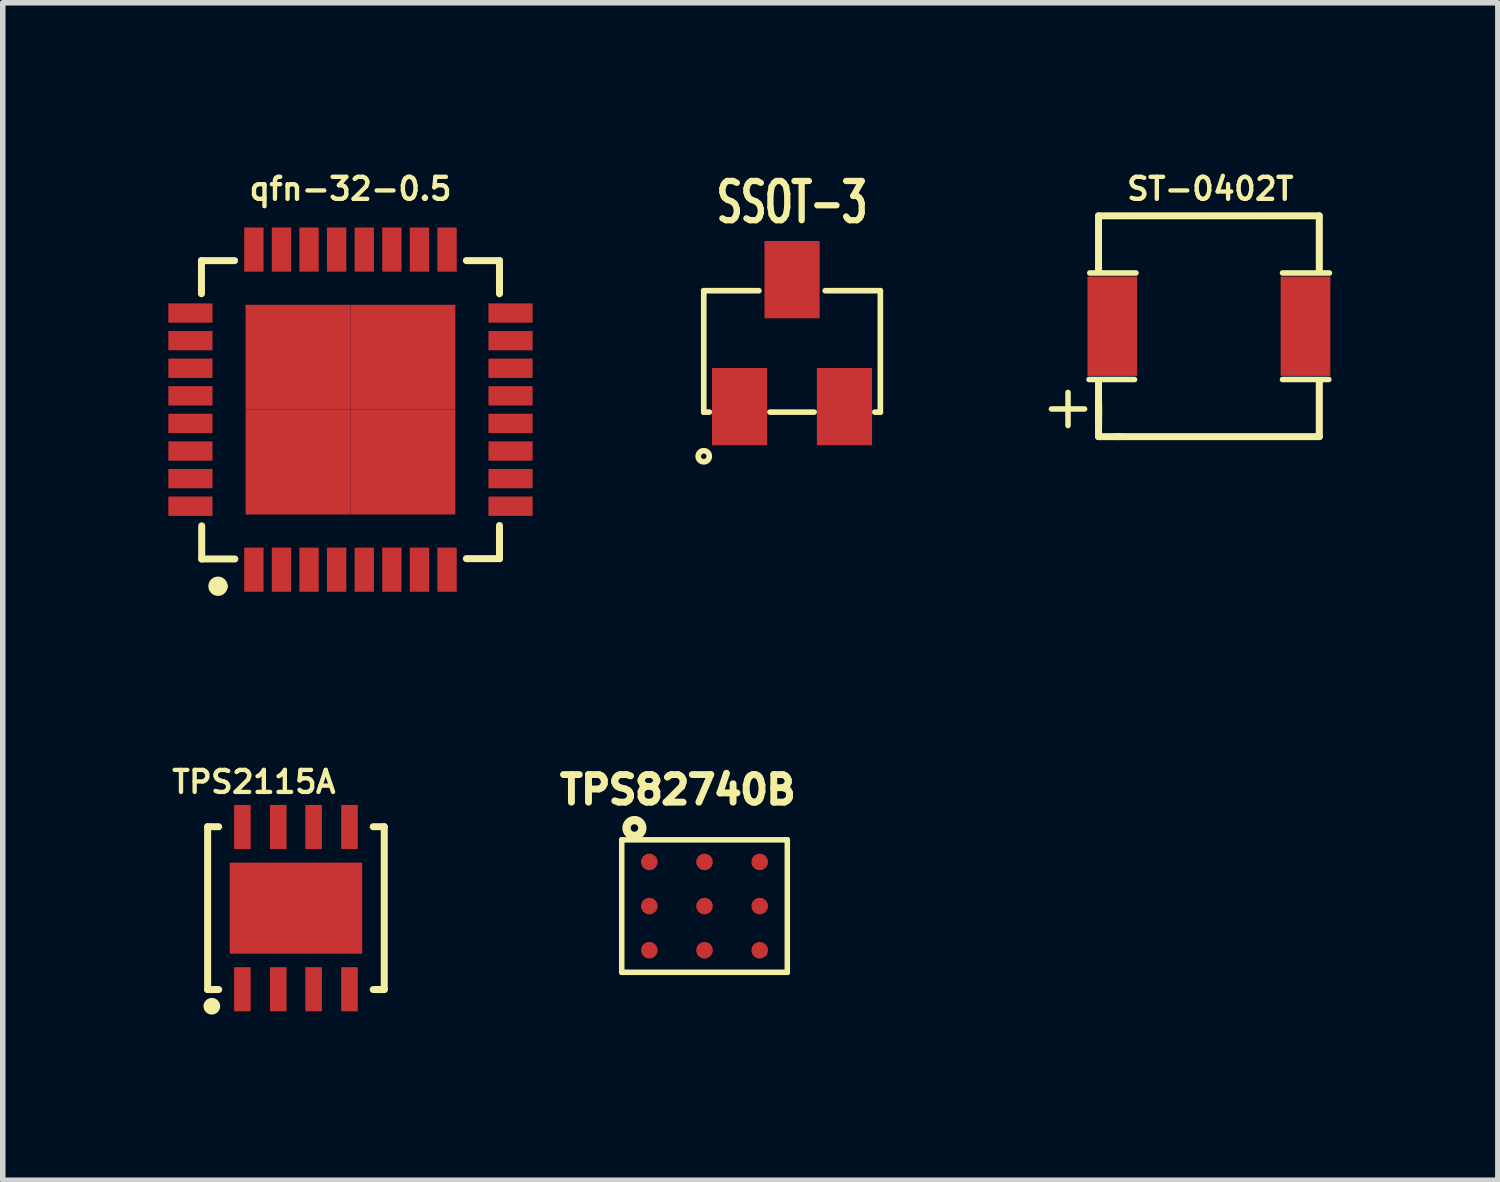
<source format=kicad_pcb>
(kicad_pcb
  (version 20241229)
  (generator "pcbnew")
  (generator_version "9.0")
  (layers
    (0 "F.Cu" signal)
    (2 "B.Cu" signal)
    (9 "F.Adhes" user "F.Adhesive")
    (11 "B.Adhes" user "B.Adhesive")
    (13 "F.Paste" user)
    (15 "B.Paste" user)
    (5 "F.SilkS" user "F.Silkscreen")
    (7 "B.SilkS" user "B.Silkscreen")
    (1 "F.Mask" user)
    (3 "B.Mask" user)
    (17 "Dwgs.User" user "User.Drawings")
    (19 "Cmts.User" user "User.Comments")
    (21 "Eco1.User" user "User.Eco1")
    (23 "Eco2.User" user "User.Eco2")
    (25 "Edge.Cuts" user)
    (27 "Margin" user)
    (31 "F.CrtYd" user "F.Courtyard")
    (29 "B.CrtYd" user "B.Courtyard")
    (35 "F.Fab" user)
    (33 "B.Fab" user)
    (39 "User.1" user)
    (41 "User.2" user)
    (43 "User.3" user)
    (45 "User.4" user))
  (footprint "ST-0402T"
    (layer "F.Cu")
    (at 18.854 2.861)
    (property "Reference" "ST-0402T" (at 0.025 -2.489 0) (layer "F.SilkS") (effects (font (size 0.399 0.399) (thickness 0.079))))
    (attr through_hole)
    (fp_line (start -2.853 1.499) (end -2.253 1.499) (stroke (width 0.1) (type solid)) (layer "F.SilkS"))
    (fp_line (start -2.553 1.199) (end -2.553 1.799) (stroke (width 0.1) (type solid)) (layer "F.SilkS"))
    (fp_line (start -2.172 0.965) (end -1.346 0.965) (stroke (width 0.1) (type solid)) (layer "F.SilkS"))
    (fp_line (start -2.159 -0.965) (end -1.321 -0.965) (stroke (width 0.1) (type solid)) (layer "F.SilkS"))
    (fp_line (start -2 -2) (end -2 -1) (stroke (width 0.127) (type solid)) (layer "F.SilkS"))
    (fp_line (start -2 -2) (end 2 -2) (stroke (width 0.127) (type solid)) (layer "F.SilkS"))
    (fp_line (start -2 2) (end -2 1) (stroke (width 0.127) (type solid)) (layer "F.SilkS"))
    (fp_line (start -1.999 1.4) (end -1.999 1.6) (stroke (width 0.127) (type solid)) (layer "F.SilkS"))
    (fp_line (start -1.999 1.501) (end -1.999 1.699) (stroke (width 0.127) (type solid)) (layer "F.SilkS"))
    (fp_line (start -1.999 1.699) (end -1.999 1.801) (stroke (width 0.127) (type solid)) (layer "F.SilkS"))
    (fp_line (start -1.6 1.999) (end -1.699 1.999) (stroke (width 0.127) (type solid)) (layer "F.SilkS"))
    (fp_line (start 2 -2) (end 2 -1) (stroke (width 0.127) (type solid)) (layer "F.SilkS"))
    (fp_line (start 2 2) (end -2 2) (stroke (width 0.127) (type solid)) (layer "F.SilkS"))
    (fp_line (start 2 2) (end 2 1) (stroke (width 0.127) (type solid)) (layer "F.SilkS"))
    (fp_line (start 2.172 0.965) (end 1.333 0.965) (stroke (width 0.1) (type solid)) (layer "F.SilkS"))
    (fp_line (start 2.184 -0.965) (end 1.333 -0.965) (stroke (width 0.1) (type solid)) (layer "F.SilkS"))
    (pad "1" smd rect (at -1.75 0) (size 0.9 1.8) (layers "F.Cu" "F.Mask" "F.Paste"))
    (pad "2" smd rect (at 1.75 0) (size 0.9 1.8) (layers "F.Cu" "F.Mask" "F.Paste")))
  (footprint "qfn-32-0.5"
    (layer "F.Cu")
    (at 3.3 4.372)
    (property "Reference" "qfn-32-0.5" (at 0 -4 0) (layer "F.SilkS") (effects (font (size 0.399 0.399) (thickness 0.079))))
    (attr through_hole)
    (fp_line (start -2.7 -2.7) (end -2.1 -2.7) (stroke (width 0.127) (type solid)) (layer "F.SilkS"))
    (fp_line (start -2.7 -2.1) (end -2.7 -2.7) (stroke (width 0.127) (type solid)) (layer "F.SilkS"))
    (fp_line (start -2.695 2.706) (end -2.695 2.106) (stroke (width 0.127) (type solid)) (layer "F.SilkS"))
    (fp_line (start -2.4 3.2) (end -2.3 3.2) (stroke (width 0.15) (type solid)) (layer "F.SilkS"))
    (fp_line (start -2.095 2.706) (end -2.695 2.706) (stroke (width 0.127) (type solid)) (layer "F.SilkS"))
    (fp_line (start 2.1 -2.7) (end 2.7 -2.7) (stroke (width 0.127) (type solid)) (layer "F.SilkS"))
    (fp_line (start 2.7 -2.7) (end 2.7 -2.1) (stroke (width 0.127) (type solid)) (layer "F.SilkS"))
    (fp_line (start 2.7 2.1) (end 2.7 2.7) (stroke (width 0.127) (type solid)) (layer "F.SilkS"))
    (fp_line (start 2.7 2.7) (end 2.1 2.7) (stroke (width 0.127) (type solid)) (layer "F.SilkS"))
    (fp_circle (center -2.4 3.2) (end -2.5 3.2) (stroke (width 0.15) (type solid)) (fill no) (layer "F.SilkS"))
    (pad "" smd rect (at -0.95 -0.95) (size 1.9 1.9) (layers "F.Cu" "F.Mask" "F.Paste"))
    (pad "" smd rect (at -0.95 0.95) (size 1.9 1.9) (layers "F.Cu" "F.Mask" "F.Paste"))
    (pad "" smd rect (at 0.95 -0.95) (size 1.9 1.9) (layers "F.Cu" "F.Mask" "F.Paste"))
    (pad "" smd rect (at 0.95 0.95) (size 1.9 1.9) (layers "F.Cu" "F.Mask" "F.Paste"))
    (pad "1" smd rect (at -1.75 2.9) (size 0.35 0.8) (layers "F.Cu" "F.Mask" "F.Paste"))
    (pad "2" smd rect (at -1.25 2.9) (size 0.35 0.8) (layers "F.Cu" "F.Mask" "F.Paste"))
    (pad "3" smd rect (at -0.75 2.9) (size 0.35 0.8) (layers "F.Cu" "F.Mask" "F.Paste"))
    (pad "4" smd rect (at -0.25 2.9) (size 0.35 0.8) (layers "F.Cu" "F.Mask" "F.Paste"))
    (pad "5" smd rect (at 0.25 2.9) (size 0.35 0.8) (layers "F.Cu" "F.Mask" "F.Paste"))
    (pad "6" smd rect (at 0.75 2.9) (size 0.35 0.8) (layers "F.Cu" "F.Mask" "F.Paste"))
    (pad "7" smd rect (at 1.25 2.9) (size 0.351 0.8) (layers "F.Cu" "F.Mask" "F.Paste"))
    (pad "8" smd rect (at 1.75 2.9 270) (size 0.8 0.35) (layers "F.Cu" "F.Mask" "F.Paste"))
    (pad "9" smd rect (at 2.9 1.75) (size 0.8 0.35) (layers "F.Cu" "F.Mask" "F.Paste"))
    (pad "10" smd rect (at 2.9 1.25) (size 0.8 0.35) (layers "F.Cu" "F.Mask" "F.Paste"))
    (pad "11" smd rect (at 2.9 0.75) (size 0.8 0.35) (layers "F.Cu" "F.Mask" "F.Paste"))
    (pad "12" smd rect (at 2.9 0.25) (size 0.8 0.35) (layers "F.Cu" "F.Mask" "F.Paste"))
    (pad "13" smd rect (at 2.9 -0.25) (size 0.8 0.35) (layers "F.Cu" "F.Mask" "F.Paste"))
    (pad "14" smd rect (at 2.9 -0.75) (size 0.8 0.35) (layers "F.Cu" "F.Mask" "F.Paste"))
    (pad "15" smd rect (at 2.9 -1.25 270) (size 0.35 0.8) (layers "F.Cu" "F.Mask" "F.Paste"))
    (pad "16" smd rect (at 2.9 -1.75 270) (size 0.35 0.8) (layers "F.Cu" "F.Mask" "F.Paste"))
    (pad "17" smd rect (at 1.75 -2.9) (size 0.35 0.8) (layers "F.Cu" "F.Mask" "F.Paste"))
    (pad "18" smd rect (at 1.25 -2.9) (size 0.35 0.8) (layers "F.Cu" "F.Mask" "F.Paste"))
    (pad "19" smd rect (at 0.75 -2.9) (size 0.35 0.8) (layers "F.Cu" "F.Mask" "F.Paste"))
    (pad "20" smd rect (at 0.25 -2.9) (size 0.35 0.8) (layers "F.Cu" "F.Mask" "F.Paste"))
    (pad "21" smd rect (at -0.25 -2.9) (size 0.35 0.8) (layers "F.Cu" "F.Mask" "F.Paste"))
    (pad "22" smd rect (at -0.75 -2.9 270) (size 0.8 0.35) (layers "F.Cu" "F.Mask" "F.Paste"))
    (pad "23" smd rect (at -1.25 -2.9 270) (size 0.8 0.35) (layers "F.Cu" "F.Mask" "F.Paste"))
    (pad "24" smd rect (at -1.75 -2.9 270) (size 0.8 0.35) (layers "F.Cu" "F.Mask" "F.Paste"))
    (pad "25" smd rect (at -2.9 -1.75) (size 0.8 0.35) (layers "F.Cu" "F.Mask" "F.Paste"))
    (pad "26" smd rect (at -2.9 -1.25) (size 0.8 0.35) (layers "F.Cu" "F.Mask" "F.Paste"))
    (pad "27" smd rect (at -2.9 -0.75) (size 0.8 0.35) (layers "F.Cu" "F.Mask" "F.Paste"))
    (pad "28" smd rect (at -2.9 -0.25) (size 0.8 0.351) (layers "F.Cu" "F.Mask" "F.Paste"))
    (pad "29" smd rect (at -2.9 0.25) (size 0.8 0.35) (layers "F.Cu" "F.Mask" "F.Paste"))
    (pad "30" smd rect (at -2.9 0.75) (size 0.8 0.35) (layers "F.Cu" "F.Mask" "F.Paste"))
    (pad "31" smd rect (at -2.9 1.25) (size 0.8 0.35) (layers "F.Cu" "F.Mask" "F.Paste"))
    (pad "32" smd rect (at -2.9 1.75) (size 0.8 0.351) (layers "F.Cu" "F.Mask" "F.Paste")))
  (footprint "TPS82740B"
    (layer "F.Cu")
    (at 9.715 13.367)
    (property "Reference" "TPS82740B" (at -0.483 -2.108 0) (layer "F.SilkS") (effects (font (size 0.5 0.5) (thickness 0.125))))
    (attr through_hole)
    (fp_line (start -1.5 -1.2) (end 1.5 -1.2) (stroke (width 0.1) (type solid)) (layer "F.SilkS"))
    (fp_line (start -1.5 1.2) (end -1.5 -1.2) (stroke (width 0.1) (type solid)) (layer "F.SilkS"))
    (fp_line (start -1.5 1.2) (end 1.5 1.2) (stroke (width 0.1) (type solid)) (layer "F.SilkS"))
    (fp_line (start 1.5 1.2) (end 1.5 -1.2) (stroke (width 0.1) (type solid)) (layer "F.SilkS"))
    (fp_circle (center -1.27 -1.415) (end -1.219 -1.369) (stroke (width 0.15) (type solid)) (fill no) (layer "F.SilkS"))
    (pad "A1" smd circle (at -1 -0.8) (size 0.3 0.3) (layers "F.Cu" "F.Mask" "F.Paste"))
    (pad "A2" smd circle (at 0 -0.8) (size 0.3 0.3) (layers "F.Cu" "F.Mask" "F.Paste"))
    (pad "A3" smd circle (at 1 -0.8) (size 0.3 0.3) (layers "F.Cu" "F.Mask" "F.Paste"))
    (pad "B1" smd circle (at -1 0) (size 0.3 0.3) (layers "F.Cu" "F.Mask" "F.Paste"))
    (pad "B2" smd circle (at 0 0) (size 0.3 0.3) (layers "F.Cu" "F.Mask" "F.Paste"))
    (pad "B3" smd circle (at 1 0) (size 0.3 0.3) (layers "F.Cu" "F.Mask" "F.Paste"))
    (pad "C1" smd circle (at -1 0.8) (size 0.3 0.3) (layers "F.Cu" "F.Mask" "F.Paste"))
    (pad "C2" smd circle (at 0 0.8) (size 0.3 0.3) (layers "F.Cu" "F.Mask" "F.Paste"))
    (pad "C3" smd circle (at 1 0.8) (size 0.3 0.3) (layers "F.Cu" "F.Mask" "F.Paste")))
  (footprint "TPS2115A"
    (layer "F.Cu")
    (at 2.312 13.404)
    (property "Reference" "TPS2115A" (at -0.762 -2.286 0) (layer "F.SilkS") (effects (font (size 0.399 0.399) (thickness 0.079))))
    (attr through_hole)
    (fp_line (start -1.6 -1.475) (end -1.4 -1.475) (stroke (width 0.127) (type solid)) (layer "F.SilkS"))
    (fp_line (start -1.6 1.475) (end -1.6 -1.475) (stroke (width 0.127) (type solid)) (layer "F.SilkS"))
    (fp_line (start -1.6 1.475) (end -1.4 1.475) (stroke (width 0.127) (type solid)) (layer "F.SilkS"))
    (fp_line (start 1.4 1.475) (end 1.6 1.475) (stroke (width 0.127) (type solid)) (layer "F.SilkS"))
    (fp_line (start 1.6 -1.475) (end 1.4 -1.475) (stroke (width 0.127) (type solid)) (layer "F.SilkS"))
    (fp_line (start 1.6 -1.475) (end 1.6 1.475) (stroke (width 0.127) (type solid)) (layer "F.SilkS"))
    (fp_circle (center -1.524 1.778) (end -1.448 1.778) (stroke (width 0.15) (type solid)) (fill no) (layer "F.SilkS"))
    (pad "1" smd rect (at -0.97 1.47) (size 0.3 0.8) (layers "F.Cu" "F.Mask" "F.Paste"))
    (pad "2" smd rect (at -0.32 1.47) (size 0.3 0.8) (layers "F.Cu" "F.Mask" "F.Paste"))
    (pad "3" smd rect (at 0.32 1.47) (size 0.3 0.8) (layers "F.Cu" "F.Mask" "F.Paste"))
    (pad "4" smd rect (at 0.97 1.47) (size 0.3 0.8) (layers "F.Cu" "F.Mask" "F.Paste"))
    (pad "5" smd rect (at 0.97 -1.47) (size 0.3 0.8) (layers "F.Cu" "F.Mask" "F.Paste"))
    (pad "6" smd rect (at 0.32 -1.47) (size 0.3 0.8) (layers "F.Cu" "F.Mask" "F.Paste"))
    (pad "7" smd rect (at -0.32 -1.47 90) (size 0.8 0.3) (layers "F.Cu" "F.Mask" "F.Paste"))
    (pad "8" smd rect (at -0.97 -1.47 90) (size 0.8 0.3) (layers "F.Cu" "F.Mask" "F.Paste"))
    (pad "9" smd rect (at 0 0) (size 2.4 1.65) (layers "F.Cu" "F.Mask" "F.Paste")))
  (footprint "SSOT-3"
    (layer "F.Cu")
    (at 11.301 3.217)
    (property "Reference" "SSOT-3" (at 0 -2.6 0) (layer "F.SilkS") (effects (font (size 0.711 0.457) (thickness 0.114))))
    (attr through_hole)
    (fp_line (start -1.6 -1) (end -0.6 -1) (stroke (width 0.102) (type solid)) (layer "F.SilkS"))
    (fp_line (start -1.6 1.2) (end -1.6 -1) (stroke (width 0.102) (type solid)) (layer "F.SilkS"))
    (fp_line (start -1.6 1.2) (end -1.5 1.2) (stroke (width 0.102) (type solid)) (layer "F.SilkS"))
    (fp_line (start -0.4 1.2) (end 0.4 1.2) (stroke (width 0.102) (type solid)) (layer "F.SilkS"))
    (fp_line (start 0.6 -1) (end 1.6 -1) (stroke (width 0.102) (type solid)) (layer "F.SilkS"))
    (fp_line (start 1.6 -1) (end 1.6 1.2) (stroke (width 0.102) (type solid)) (layer "F.SilkS"))
    (fp_line (start 1.6 1.2) (end 1.5 1.2) (stroke (width 0.102) (type solid)) (layer "F.SilkS"))
    (fp_circle (center -1.6 2) (end -1.6 1.95) (stroke (width 0.102) (type solid)) (fill no) (layer "F.SilkS"))
    (pad "1" smd rect (at -0.95 1.1) (size 1 1.4) (layers "F.Cu" "F.Mask" "F.Paste"))
    (pad "2" smd rect (at 0.95 1.1) (size 1 1.4) (layers "F.Cu" "F.Mask" "F.Paste"))
    (pad "3" smd rect (at 0 -1.2) (size 1 1.4) (layers "F.Cu" "F.Mask" "F.Paste")))
  (gr_rect
    (start -3 -3)
    (end 24.089 18.334)
    (stroke (width 0.1) (type default))
    (fill no)
    (layer "Edge.Cuts")))
</source>
